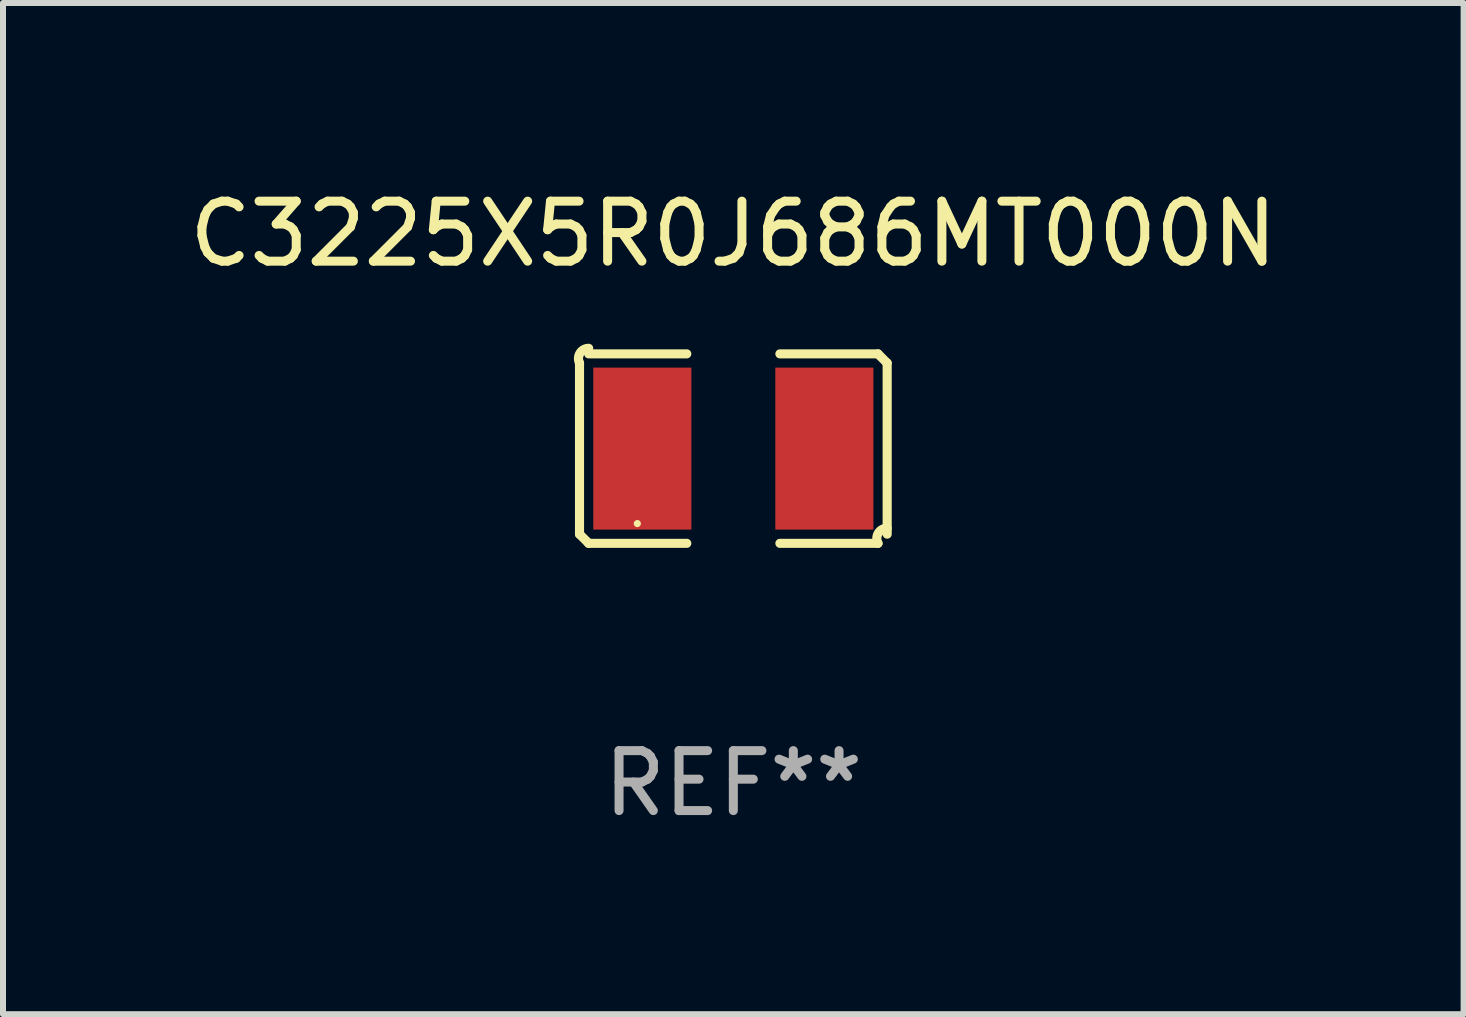
<source format=kicad_pcb>
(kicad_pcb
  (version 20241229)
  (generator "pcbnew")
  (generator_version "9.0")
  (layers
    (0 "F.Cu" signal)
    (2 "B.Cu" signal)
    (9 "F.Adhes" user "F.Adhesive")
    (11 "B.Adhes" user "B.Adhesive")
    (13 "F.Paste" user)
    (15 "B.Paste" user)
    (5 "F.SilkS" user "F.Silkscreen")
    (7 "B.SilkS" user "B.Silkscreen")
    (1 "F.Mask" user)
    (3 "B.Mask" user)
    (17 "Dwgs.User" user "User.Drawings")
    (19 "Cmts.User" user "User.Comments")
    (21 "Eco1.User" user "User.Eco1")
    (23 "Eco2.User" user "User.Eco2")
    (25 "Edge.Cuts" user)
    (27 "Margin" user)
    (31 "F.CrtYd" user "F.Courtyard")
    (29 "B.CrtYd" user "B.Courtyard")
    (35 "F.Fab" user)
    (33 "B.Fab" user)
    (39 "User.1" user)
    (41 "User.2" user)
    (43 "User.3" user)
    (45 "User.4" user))
  (footprint "C3225X5R0J686MT000N"
    (layer "F.Cu")
    (at 9.173 4.427)
    (property "Reference" "C3225X5R0J686MT000N" (at 0 -3.579 0) (layer "F.SilkS") (effects (font (size 1 1) (thickness 0.15))))
    (attr through_hole)
    (fp_line (start -2.564 1.426) (end -2.564 -1.426) (stroke (width 0.152) (type solid)) (layer "F.SilkS"))
    (fp_line (start -2.411 -1.579) (end -0.776 -1.579) (stroke (width 0.152) (type solid)) (layer "F.SilkS"))
    (fp_line (start -0.776 1.579) (end -2.411 1.579) (stroke (width 0.152) (type solid)) (layer "F.SilkS"))
    (fp_line (start 0.776 1.579) (end 2.411 1.579) (stroke (width 0.152) (type solid)) (layer "F.SilkS"))
    (fp_line (start 2.411 -1.579) (end 0.776 -1.579) (stroke (width 0.152) (type solid)) (layer "F.SilkS"))
    (fp_line (start 2.564 1.426) (end 2.564 -1.426) (stroke (width 0.152) (type solid)) (layer "F.SilkS"))
    (fp_arc (start -2.563602 -1.426213) (mid -2.555597 -1.591233) (end -2.411201 -1.671518) (stroke (width 0.1524) (type solid)) (layer "F.SilkS"))
    (fp_arc (start -2.5636 1.426214) (mid -2.487389 1.502402) (end -2.411201 1.578613) (stroke (width 0.1524) (type solid)) (layer "F.SilkS"))
    (fp_arc (start 2.411197 -1.578618) (mid 2.487403 -1.502419) (end 2.563602 -1.426213) (stroke (width 0.1524) (type solid)) (layer "F.SilkS"))
    (fp_arc (start 2.411201 1.578613) (mid 2.416214 1.409455) (end 2.563602 1.32629) (stroke (width 0.1524) (type solid)) (layer "F.SilkS"))
    (fp_circle (center -1.6 1.25) (end -1.57 1.25) (stroke (width 0.06) (type solid)) (fill no) (layer "F.SilkS"))
    (fp_text user "REF**" (at 0 5.579 0) (layer "F.Fab") (effects (font (size 1 1) (thickness 0.15))))
    (pad "1" smd rect (at -1.517 0) (size 1.635 2.7) (layers "F.Cu" "F.Mask" "F.Paste"))
    (pad "2" smd rect (at 1.517 0) (size 1.635 2.7) (layers "F.Cu" "F.Mask" "F.Paste")))
  (gr_rect
    (start -3 -3)
    (end 21.345 13.854)
    (stroke (width 0.1) (type default))
    (fill no)
    (layer "Edge.Cuts")))
</source>
